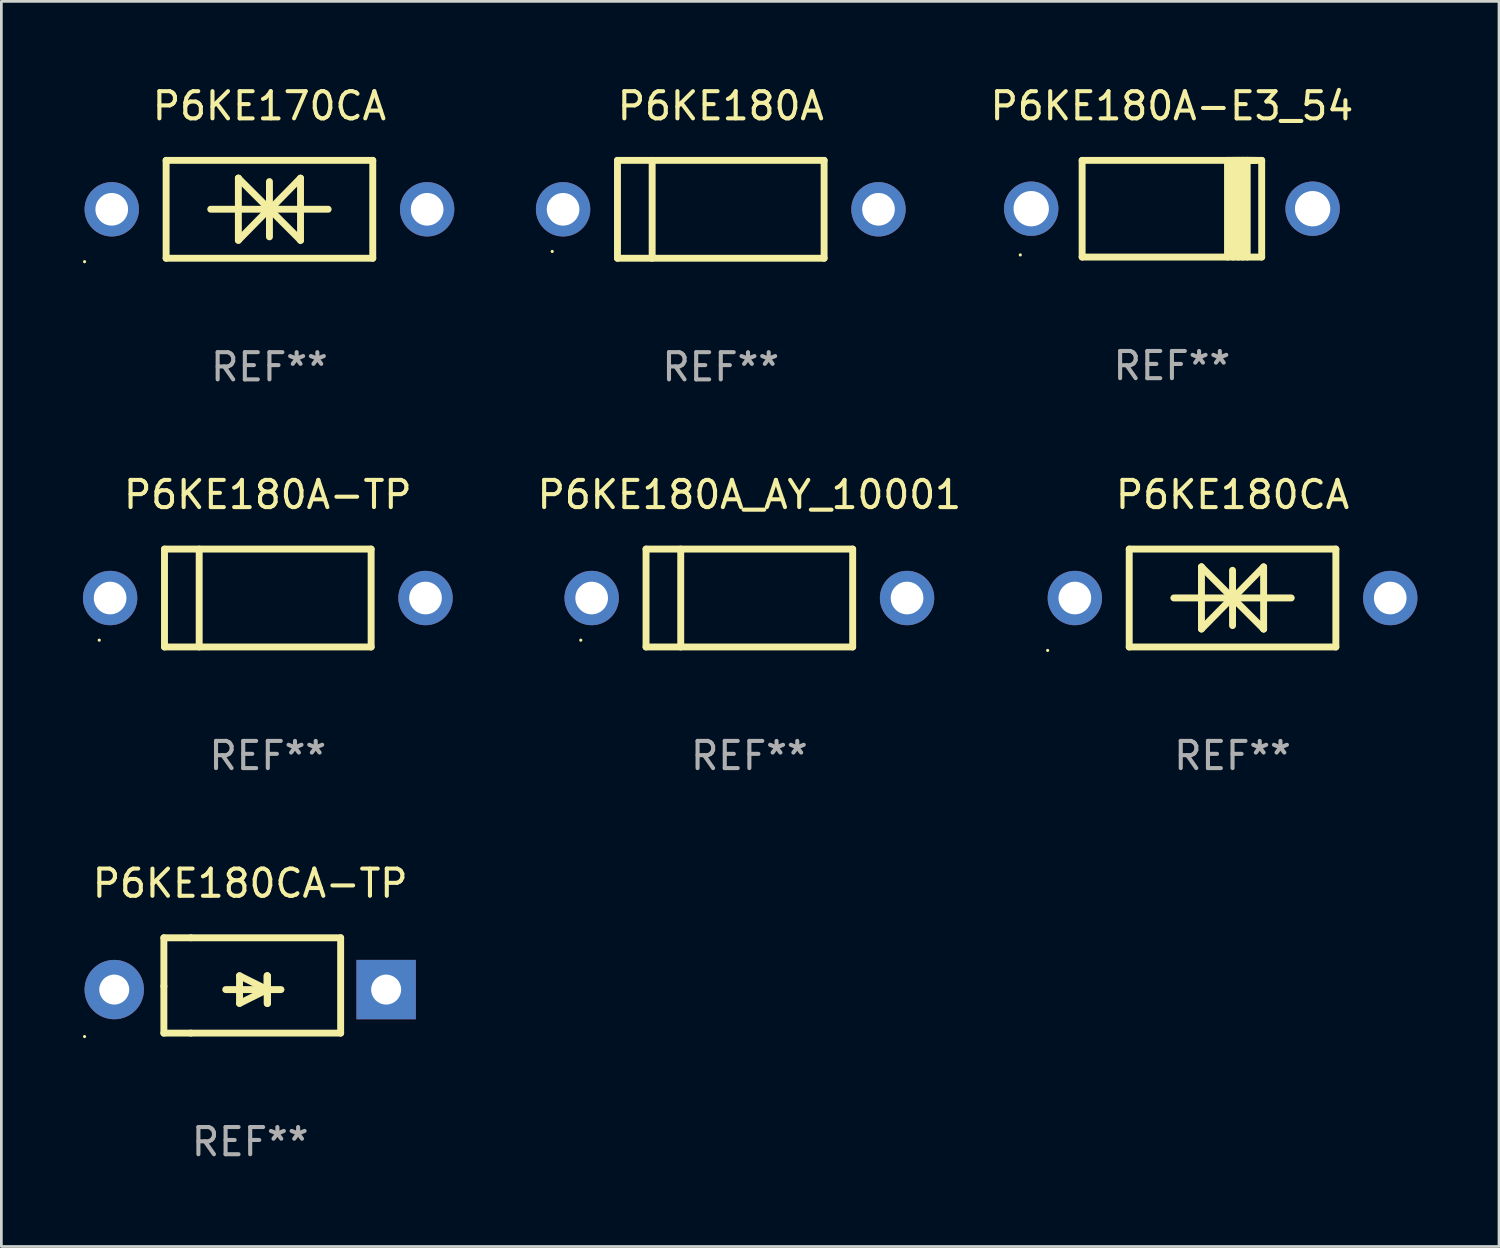
<source format=kicad_pcb>
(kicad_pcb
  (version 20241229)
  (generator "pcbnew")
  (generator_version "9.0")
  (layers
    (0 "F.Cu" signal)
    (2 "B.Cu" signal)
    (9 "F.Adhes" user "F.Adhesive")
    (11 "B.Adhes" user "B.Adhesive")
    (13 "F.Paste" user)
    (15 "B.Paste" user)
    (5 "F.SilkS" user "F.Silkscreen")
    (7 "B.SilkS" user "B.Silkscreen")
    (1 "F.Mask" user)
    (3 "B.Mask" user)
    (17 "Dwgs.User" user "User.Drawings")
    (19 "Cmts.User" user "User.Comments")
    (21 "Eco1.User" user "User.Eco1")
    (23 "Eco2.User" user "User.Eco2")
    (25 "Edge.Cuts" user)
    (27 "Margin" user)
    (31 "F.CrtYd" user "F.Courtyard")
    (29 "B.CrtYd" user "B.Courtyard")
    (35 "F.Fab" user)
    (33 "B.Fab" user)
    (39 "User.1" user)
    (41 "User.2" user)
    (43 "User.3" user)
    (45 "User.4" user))
  (footprint "P6KE180A-TP"
    (layer "F.Cu")
    (at 6.8 18.945)
    (property "Reference" "P6KE180A-TP" (at 0 -3.8 0) (layer "F.SilkS") (effects (font (size 1 1) (thickness 0.15))))
    (attr through_hole)
    (fp_line (start -3.8 -1.8) (end -3.8 1.8) (stroke (width 0.254) (type solid)) (layer "F.SilkS"))
    (fp_line (start -3.8 -1.8) (end 3.8 -1.8) (stroke (width 0.254) (type solid)) (layer "F.SilkS"))
    (fp_line (start -3.8 1.8) (end 3.8 1.8) (stroke (width 0.254) (type solid)) (layer "F.SilkS"))
    (fp_line (start -2.524 -1.8) (end -2.524 1.8) (stroke (width 0.254) (type solid)) (layer "F.SilkS"))
    (fp_line (start 3.8 -1.8) (end 3.8 1.8) (stroke (width 0.254) (type solid)) (layer "F.SilkS"))
    (fp_circle (center -6.2 1.55) (end -6.17 1.55) (stroke (width 0.06) (type solid)) (fill no) (layer "F.SilkS"))
    (fp_text user "REF**" (at 0 5.8 0) (layer "F.Fab") (effects (font (size 1 1) (thickness 0.15))))
    (pad "1" thru_hole circle (at -5.8 0) (size 2 2) (drill 1.2) (layers "*.Cu" "*.Mask"))
    (pad "2" thru_hole circle (at 5.8 0) (size 2 2) (drill 1.2) (layers "*.Cu" "*.Mask")))
  (footprint "P6KE180A_AY_10001"
    (layer "F.Cu")
    (at 24.511 18.945)
    (property "Reference" "P6KE180A_AY_10001" (at 0 -3.8 0) (layer "F.SilkS") (effects (font (size 1 1) (thickness 0.15))))
    (attr through_hole)
    (fp_line (start -3.8 -1.8) (end -3.8 1.8) (stroke (width 0.254) (type solid)) (layer "F.SilkS"))
    (fp_line (start -3.8 -1.8) (end 3.8 -1.8) (stroke (width 0.254) (type solid)) (layer "F.SilkS"))
    (fp_line (start -3.8 1.8) (end 3.8 1.8) (stroke (width 0.254) (type solid)) (layer "F.SilkS"))
    (fp_line (start -2.524 -1.8) (end -2.524 1.8) (stroke (width 0.254) (type solid)) (layer "F.SilkS"))
    (fp_line (start 3.8 -1.8) (end 3.8 1.8) (stroke (width 0.254) (type solid)) (layer "F.SilkS"))
    (fp_circle (center -6.2 1.55) (end -6.17 1.55) (stroke (width 0.06) (type solid)) (fill no) (layer "F.SilkS"))
    (fp_text user "REF**" (at 0 5.8 0) (layer "F.Fab") (effects (font (size 1 1) (thickness 0.15))))
    (pad "1" thru_hole circle (at -5.8 0) (size 2 2) (drill 1.2) (layers "*.Cu" "*.Mask"))
    (pad "2" thru_hole circle (at 5.8 0) (size 2 2) (drill 1.2) (layers "*.Cu" "*.Mask")))
  (footprint "P6KE180A-E3_54"
    (layer "F.Cu")
    (at 40.052 4.626)
    (property "Reference" "P6KE180A-E3_54" (at 0 -3.778 0) (layer "F.SilkS") (effects (font (size 1 1) (thickness 0.15))))
    (attr through_hole)
    (fp_line (start -3.302 -1.778) (end -3.302 1.778) (stroke (width 0.254) (type solid)) (layer "F.SilkS"))
    (fp_line (start -3.302 1.778) (end 3.302 1.778) (stroke (width 0.254) (type solid)) (layer "F.SilkS"))
    (fp_line (start 2.045 -1.778) (end 2.045 1.778) (stroke (width 0.254) (type solid)) (layer "F.SilkS"))
    (fp_line (start 2.261 -1.778) (end 2.261 1.778) (stroke (width 0.254) (type solid)) (layer "F.SilkS"))
    (fp_line (start 2.421 -1.778) (end 2.045 -1.778) (stroke (width 0.254) (type solid)) (layer "F.SilkS"))
    (fp_line (start 2.439 -1.778) (end 2.439 1.778) (stroke (width 0.254) (type solid)) (layer "F.SilkS"))
    (fp_line (start 2.579 -1.778) (end 2.261 -1.778) (stroke (width 0.254) (type solid)) (layer "F.SilkS"))
    (fp_line (start 2.604 -1.778) (end 2.604 1.778) (stroke (width 0.254) (type solid)) (layer "F.SilkS"))
    (fp_line (start 2.757 -1.778) (end 2.439 -1.778) (stroke (width 0.254) (type solid)) (layer "F.SilkS"))
    (fp_line (start 2.769 -1.778) (end 2.769 1.778) (stroke (width 0.254) (type solid)) (layer "F.SilkS"))
    (fp_line (start 2.922 -1.778) (end 2.604 -1.778) (stroke (width 0.254) (type solid)) (layer "F.SilkS"))
    (fp_line (start 3.087 -1.778) (end 2.769 -1.778) (stroke (width 0.254) (type solid)) (layer "F.SilkS"))
    (fp_line (start 3.302 -1.778) (end -3.302 -1.778) (stroke (width 0.254) (type solid)) (layer "F.SilkS"))
    (fp_line (start 3.302 1.778) (end 3.302 -1.778) (stroke (width 0.254) (type solid)) (layer "F.SilkS"))
    (fp_circle (center -5.576 1.7) (end -5.546 1.7) (stroke (width 0.06) (type solid)) (fill no) (layer "F.SilkS"))
    (fp_text user "REF**" (at 0 5.778 0) (layer "F.Fab") (effects (font (size 1 1) (thickness 0.15))))
    (pad "1" thru_hole circle (at -5.175 0) (size 2 2) (drill 1.3) (layers "*.Cu" "*.Mask"))
    (pad "2" thru_hole circle (at 5.175 0) (size 2 2) (drill 1.3) (layers "*.Cu" "*.Mask")))
  (footprint "P6KE180CA"
    (layer "F.Cu")
    (at 42.282 18.945)
    (property "Reference" "P6KE180CA" (at 0 -3.8 0) (layer "F.SilkS") (effects (font (size 1 1) (thickness 0.15))))
    (attr through_hole)
    (fp_line (start -3.8 -1.8) (end -3.8 1.8) (stroke (width 0.254) (type solid)) (layer "F.SilkS"))
    (fp_line (start -3.8 -1.8) (end 3.8 -1.8) (stroke (width 0.254) (type solid)) (layer "F.SilkS"))
    (fp_line (start -3.8 1.8) (end 3.8 1.8) (stroke (width 0.254) (type solid)) (layer "F.SilkS"))
    (fp_line (start -2.159 -0.003) (end 2.159 -0.003) (stroke (width 0.254) (type solid)) (layer "F.SilkS"))
    (fp_line (start -1.143 -1.146) (end -1.143 1.14) (stroke (width 0.254) (type solid)) (layer "F.SilkS"))
    (fp_line (start -1.143 -1.143) (end -1.143 -1.146) (stroke (width 0.254) (type solid)) (layer "F.SilkS"))
    (fp_line (start 0 -1.019) (end 0 1.013) (stroke (width 0.254) (type solid)) (layer "F.SilkS"))
    (fp_line (start 0 -0.026) (end -1.143 1.14) (stroke (width 0.254) (type solid)) (layer "F.SilkS"))
    (fp_line (start 0 -0.006) (end 1.143 1.137) (stroke (width 0.254) (type solid)) (layer "F.SilkS"))
    (fp_line (start 0 0) (end -1.143 -1.143) (stroke (width 0.254) (type solid)) (layer "F.SilkS"))
    (fp_line (start 0 0.02) (end 1.143 -1.146) (stroke (width 0.254) (type solid)) (layer "F.SilkS"))
    (fp_line (start 1.143 1.137) (end 1.143 1.14) (stroke (width 0.254) (type solid)) (layer "F.SilkS"))
    (fp_line (start 1.143 1.14) (end 1.143 -1.146) (stroke (width 0.254) (type solid)) (layer "F.SilkS"))
    (fp_line (start 3.8 -1.8) (end 3.8 1.8) (stroke (width 0.254) (type solid)) (layer "F.SilkS"))
    (fp_circle (center -6.8 1.927) (end -6.77 1.927) (stroke (width 0.06) (type solid)) (fill no) (layer "F.SilkS"))
    (fp_text user "REF**" (at 0 5.8 0) (layer "F.Fab") (effects (font (size 1 1) (thickness 0.15))))
    (pad "1" thru_hole circle (at -5.8 0) (size 2 2) (drill 1.2) (layers "*.Cu" "*.Mask"))
    (pad "2" thru_hole circle (at 5.8 0) (size 2 2) (drill 1.2) (layers "*.Cu" "*.Mask")))
  (footprint "P6KE180A"
    (layer "F.Cu")
    (at 23.46 4.648)
    (property "Reference" "P6KE180A" (at 0 -3.8 0) (layer "F.SilkS") (effects (font (size 1 1) (thickness 0.15))))
    (attr through_hole)
    (fp_line (start -3.8 -1.8) (end -3.8 1.8) (stroke (width 0.254) (type solid)) (layer "F.SilkS"))
    (fp_line (start -3.8 -1.8) (end 3.8 -1.8) (stroke (width 0.254) (type solid)) (layer "F.SilkS"))
    (fp_line (start -3.8 1.8) (end 3.8 1.8) (stroke (width 0.254) (type solid)) (layer "F.SilkS"))
    (fp_line (start -2.524 -1.8) (end -2.524 1.8) (stroke (width 0.254) (type solid)) (layer "F.SilkS"))
    (fp_line (start 3.8 -1.8) (end 3.8 1.8) (stroke (width 0.254) (type solid)) (layer "F.SilkS"))
    (fp_circle (center -6.2 1.55) (end -6.17 1.55) (stroke (width 0.06) (type solid)) (fill no) (layer "F.SilkS"))
    (fp_text user "REF**" (at 0 5.8 0) (layer "F.Fab") (effects (font (size 1 1) (thickness 0.15))))
    (pad "1" thru_hole circle (at -5.8 0) (size 2 2) (drill 1.2) (layers "*.Cu" "*.Mask"))
    (pad "2" thru_hole circle (at 5.8 0) (size 2 2) (drill 1.2) (layers "*.Cu" "*.Mask")))
  (footprint "P6KE170CA"
    (layer "F.Cu")
    (at 6.86 4.648)
    (property "Reference" "P6KE170CA" (at 0 -3.8 0) (layer "F.SilkS") (effects (font (size 1 1) (thickness 0.15))))
    (attr through_hole)
    (fp_line (start -3.8 -1.8) (end -3.8 1.8) (stroke (width 0.254) (type solid)) (layer "F.SilkS"))
    (fp_line (start -3.8 -1.8) (end 3.8 -1.8) (stroke (width 0.254) (type solid)) (layer "F.SilkS"))
    (fp_line (start -3.8 1.8) (end 3.8 1.8) (stroke (width 0.254) (type solid)) (layer "F.SilkS"))
    (fp_line (start -2.159 -0.003) (end 2.159 -0.003) (stroke (width 0.254) (type solid)) (layer "F.SilkS"))
    (fp_line (start -1.143 -1.146) (end -1.143 1.14) (stroke (width 0.254) (type solid)) (layer "F.SilkS"))
    (fp_line (start -1.143 -1.143) (end -1.143 -1.146) (stroke (width 0.254) (type solid)) (layer "F.SilkS"))
    (fp_line (start 0 -1.019) (end 0 1.013) (stroke (width 0.254) (type solid)) (layer "F.SilkS"))
    (fp_line (start 0 -0.026) (end -1.143 1.14) (stroke (width 0.254) (type solid)) (layer "F.SilkS"))
    (fp_line (start 0 -0.006) (end 1.143 1.137) (stroke (width 0.254) (type solid)) (layer "F.SilkS"))
    (fp_line (start 0 0) (end -1.143 -1.143) (stroke (width 0.254) (type solid)) (layer "F.SilkS"))
    (fp_line (start 0 0.02) (end 1.143 -1.146) (stroke (width 0.254) (type solid)) (layer "F.SilkS"))
    (fp_line (start 1.143 1.137) (end 1.143 1.14) (stroke (width 0.254) (type solid)) (layer "F.SilkS"))
    (fp_line (start 1.143 1.14) (end 1.143 -1.146) (stroke (width 0.254) (type solid)) (layer "F.SilkS"))
    (fp_line (start 3.8 -1.8) (end 3.8 1.8) (stroke (width 0.254) (type solid)) (layer "F.SilkS"))
    (fp_circle (center -6.8 1.927) (end -6.77 1.927) (stroke (width 0.06) (type solid)) (fill no) (layer "F.SilkS"))
    (fp_text user "REF**" (at 0 5.8 0) (layer "F.Fab") (effects (font (size 1 1) (thickness 0.15))))
    (pad "1" thru_hole circle (at -5.8 0) (size 2 2) (drill 1.2) (layers "*.Cu" "*.Mask"))
    (pad "2" thru_hole circle (at 5.8 0) (size 2 2) (drill 1.2) (layers "*.Cu" "*.Mask")))
  (footprint "P6KE180CA-TP"
    (layer "F.Cu")
    (at 6.152 33.194)
    (property "Reference" "P6KE180CA-TP" (at 0 -3.753 0) (layer "F.SilkS") (effects (font (size 1 1) (thickness 0.15))))
    (attr through_hole)
    (fp_line (start -3.175 -1.753) (end -2.184 -1.753) (stroke (width 0.254) (type solid)) (layer "F.SilkS"))
    (fp_line (start -3.175 0.025) (end -3.175 -1.753) (stroke (width 0.254) (type solid)) (layer "F.SilkS"))
    (fp_line (start -3.175 1.753) (end -3.175 0.025) (stroke (width 0.254) (type solid)) (layer "F.SilkS"))
    (fp_line (start -2.184 -1.753) (end 3.327 -1.753) (stroke (width 0.254) (type solid)) (layer "F.SilkS"))
    (fp_line (start -2.184 1.753) (end -3.175 1.753) (stroke (width 0.254) (type solid)) (layer "F.SilkS"))
    (fp_line (start -0.9 0.152) (end 1.132 0.152) (stroke (width 0.254) (type solid)) (layer "F.SilkS"))
    (fp_line (start -0.392 -0.356) (end -0.392 0.66) (stroke (width 0.254) (type solid)) (layer "F.SilkS"))
    (fp_line (start -0.392 0.66) (end 0.624 0.152) (stroke (width 0.254) (type solid)) (layer "F.SilkS"))
    (fp_line (start 0.624 -0.356) (end 0.624 0.66) (stroke (width 0.254) (type solid)) (layer "F.SilkS"))
    (fp_line (start 0.624 0.152) (end -0.392 -0.356) (stroke (width 0.254) (type solid)) (layer "F.SilkS"))
    (fp_line (start 0.624 0.152) (end 0.624 -0.356) (stroke (width 0.254) (type solid)) (layer "F.SilkS"))
    (fp_line (start 0.636 0.152) (end 0.636 0.66) (stroke (width 0.254) (type solid)) (layer "F.SilkS"))
    (fp_line (start 0.636 0.66) (end 0.636 -0.356) (stroke (width 0.254) (type solid)) (layer "F.SilkS"))
    (fp_line (start 3.327 -1.753) (end 3.327 1.753) (stroke (width 0.254) (type solid)) (layer "F.SilkS"))
    (fp_line (start 3.327 1.753) (end -2.184 1.753) (stroke (width 0.254) (type solid)) (layer "F.SilkS"))
    (fp_circle (center -6.092 1.88) (end -6.062 1.88) (stroke (width 0.06) (type solid)) (fill no) (layer "F.SilkS"))
    (fp_text user "REF**" (at 0 5.753 0) (layer "F.Fab") (effects (font (size 1 1) (thickness 0.15))))
    (pad "1" thru_hole circle (at -5 0.152) (size 2.184 2.184) (drill 1.102) (layers "*.Cu" "*.Mask"))
    (pad "2" thru_hole rect (at 5 0.152) (size 2.184 2.184) (drill 1.102) (layers "*.Cu" "*.Mask")))
  (gr_rect
    (start -3 -3)
    (end 52.082 42.795)
    (stroke (width 0.1) (type default))
    (fill no)
    (layer "Edge.Cuts")))
</source>
